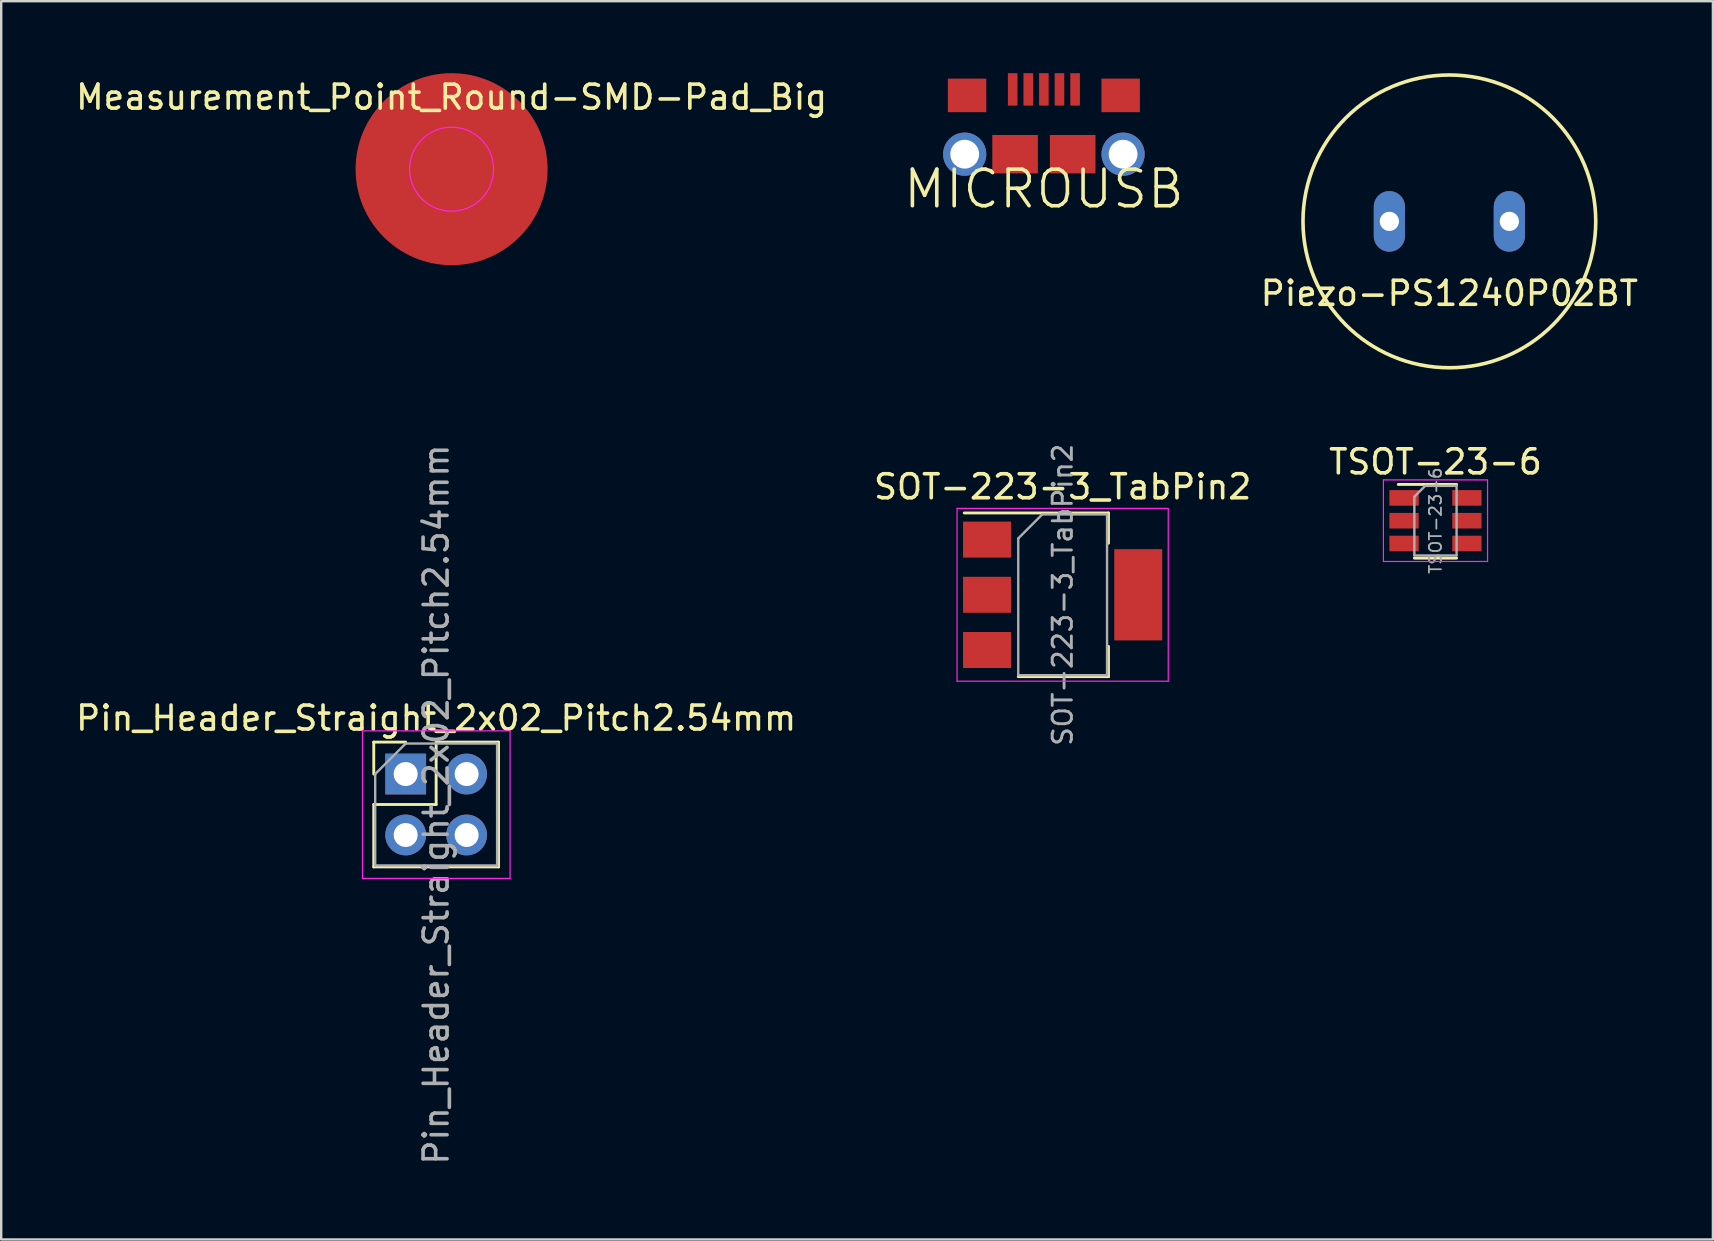
<source format=kicad_pcb>
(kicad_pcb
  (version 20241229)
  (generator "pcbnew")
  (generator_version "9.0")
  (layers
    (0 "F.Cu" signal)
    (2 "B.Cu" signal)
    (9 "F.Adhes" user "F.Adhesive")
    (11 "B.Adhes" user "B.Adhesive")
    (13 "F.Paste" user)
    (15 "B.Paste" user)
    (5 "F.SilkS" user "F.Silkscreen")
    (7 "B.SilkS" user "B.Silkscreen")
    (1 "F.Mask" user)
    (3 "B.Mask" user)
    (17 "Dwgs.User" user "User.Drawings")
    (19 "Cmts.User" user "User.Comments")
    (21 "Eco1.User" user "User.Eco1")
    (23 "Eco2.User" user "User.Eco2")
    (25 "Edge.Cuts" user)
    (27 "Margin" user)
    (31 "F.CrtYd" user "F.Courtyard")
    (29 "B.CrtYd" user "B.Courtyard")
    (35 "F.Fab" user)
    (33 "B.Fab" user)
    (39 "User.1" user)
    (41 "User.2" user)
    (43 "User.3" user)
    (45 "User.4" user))
  (footprint "Pin_Header_Straight_2x02_Pitch2.54mm"
    (layer "F.Cu")
    (at 13.855 29.205)
    (property "Reference" "Pin_Header_Straight_2x02_Pitch2.54mm" (at 1.27 -2.33 0) (layer "F.SilkS") (effects (font (size 1 1) (thickness 0.15))))
    (attr through_hole)
    (fp_line (start -1.33 -1.33) (end 0 -1.33) (stroke (width 0.12) (type solid)) (layer "F.SilkS"))
    (fp_line (start -1.33 0) (end -1.33 -1.33) (stroke (width 0.12) (type solid)) (layer "F.SilkS"))
    (fp_line (start -1.33 1.27) (end -1.33 3.87) (stroke (width 0.12) (type solid)) (layer "F.SilkS"))
    (fp_line (start -1.33 1.27) (end 1.27 1.27) (stroke (width 0.12) (type solid)) (layer "F.SilkS"))
    (fp_line (start -1.33 3.87) (end 3.87 3.87) (stroke (width 0.12) (type solid)) (layer "F.SilkS"))
    (fp_line (start 1.27 -1.33) (end 3.87 -1.33) (stroke (width 0.12) (type solid)) (layer "F.SilkS"))
    (fp_line (start 1.27 1.27) (end 1.27 -1.33) (stroke (width 0.12) (type solid)) (layer "F.SilkS"))
    (fp_line (start 3.87 -1.33) (end 3.87 3.87) (stroke (width 0.12) (type solid)) (layer "F.SilkS"))
    (fp_line (start -1.8 -1.8) (end -1.8 4.35) (stroke (width 0.05) (type solid)) (layer "F.CrtYd"))
    (fp_line (start -1.8 4.35) (end 4.35 4.35) (stroke (width 0.05) (type solid)) (layer "F.CrtYd"))
    (fp_line (start 4.35 -1.8) (end -1.8 -1.8) (stroke (width 0.05) (type solid)) (layer "F.CrtYd"))
    (fp_line (start 4.35 4.35) (end 4.35 -1.8) (stroke (width 0.05) (type solid)) (layer "F.CrtYd"))
    (fp_line (start -1.27 0) (end 0 -1.27) (stroke (width 0.1) (type solid)) (layer "F.Fab"))
    (fp_line (start -1.27 3.81) (end -1.27 0) (stroke (width 0.1) (type solid)) (layer "F.Fab"))
    (fp_line (start 0 -1.27) (end 3.81 -1.27) (stroke (width 0.1) (type solid)) (layer "F.Fab"))
    (fp_line (start 3.81 -1.27) (end 3.81 3.81) (stroke (width 0.1) (type solid)) (layer "F.Fab"))
    (fp_line (start 3.81 3.81) (end -1.27 3.81) (stroke (width 0.1) (type solid)) (layer "F.Fab"))
    (fp_text user "${REFERENCE}" (at 1.27 1.27 90) (layer "F.Fab") (effects (font (size 1 1) (thickness 0.15))))
    (pad "1" thru_hole rect (at 0 0) (size 1.7 1.7) (drill 1) (layers "*.Cu" "*.Mask"))
    (pad "2" thru_hole oval (at 2.54 0) (size 1.7 1.7) (drill 1) (layers "*.Cu" "*.Mask"))
    (pad "3" thru_hole oval (at 0 2.54) (size 1.7 1.7) (drill 1) (layers "*.Cu" "*.Mask"))
    (pad "4" thru_hole oval (at 2.54 2.54) (size 1.7 1.7) (drill 1) (layers "*.Cu" "*.Mask")))
  (footprint "MICROUSB"
    (layer "F.Cu")
    (at 40.45 4.825)
    (property "Reference" "MICROUSB" (at 0 0 0) (layer "F.SilkS") (effects (font (size 1.524 1.524) (thickness 0.15))))
    (attr through_hole)
    (pad "1" smd rect (at -1.3 -4.15) (size 0.4 1.35) (layers "F.Cu" "F.Mask" "F.Paste"))
    (pad "2" smd rect (at -0.65 -4.15) (size 0.4 1.35) (layers "F.Cu" "F.Mask" "F.Paste"))
    (pad "3" smd rect (at 0 -4.15) (size 0.4 1.35) (layers "F.Cu" "F.Mask" "F.Paste"))
    (pad "4" smd rect (at 0.65 -4.15) (size 0.4 1.35) (layers "F.Cu" "F.Mask" "F.Paste"))
    (pad "5" smd rect (at -3.2 -3.9) (size 1.6 1.4) (layers "F.Cu" "F.Mask" "F.Paste"))
    (pad "5" smd rect (at -1.2 -1.45) (size 1.9 1.6) (layers "F.Cu" "F.Mask" "F.Paste"))
    (pad "5" smd rect (at 1.2 -1.45) (size 1.9 1.6) (layers "F.Cu" "F.Mask" "F.Paste"))
    (pad "5" smd rect (at 1.3 -4.15) (size 0.4 1.35) (layers "F.Cu" "F.Mask" "F.Paste"))
    (pad "5" smd rect (at 3.2 -3.9) (size 1.6 1.4) (layers "F.Cu" "F.Mask" "F.Paste"))
    (pad "POST" thru_hole circle (at -3.3 -1.45) (size 1.8 1.8) (drill 1.2) (layers "*.Cu" "*.Mask"))
    (pad "POST" thru_hole circle (at 3.3 -1.45) (size 1.8 1.8) (drill 1.2) (layers "*.Cu" "*.Mask")))
  (footprint "Measurement_Point_Round-SMD-Pad_Big"
    (layer "F.Cu")
    (at 15.768 4)
    (property "Reference" "Measurement_Point_Round-SMD-Pad_Big" (at 0 -3 0) (layer "F.SilkS") (effects (font (size 1 1) (thickness 0.15))))
    (attr exclude_from_pos_files exclude_from_bom)
    (fp_circle (center 0 0) (end 1.75 0) (stroke (width 0.05) (type solid)) (fill no) (layer "F.CrtYd"))
    (pad "1" smd circle (at 0 0) (size 8 8) (layers "F.Cu")))
  (footprint "Piezo-PS1240P02BT"
    (layer "F.Cu")
    (at 57.347 6.175)
    (property "Reference" "Piezo-PS1240P02BT" (at 0 3 0) (layer "F.SilkS") (effects (font (size 1 1) (thickness 0.15))))
    (attr through_hole)
    (fp_circle (center 0 0) (end 6.1 0) (stroke (width 0.15) (type solid)) (fill no) (layer "F.SilkS"))
    (pad "1" thru_hole oval (at -2.5 0) (size 1.3 2.524) (drill 0.8) (layers "*.Cu" "*.Mask"))
    (pad "2" thru_hole oval (at 2.5 0) (size 1.3 2.524) (drill 0.8) (layers "*.Cu" "*.Mask")))
  (footprint "SOT-223-3_TabPin2"
    (layer "F.Cu")
    (at 41.232 21.736)
    (property "Reference" "SOT-223-3_TabPin2" (at 0 -4.5 0) (layer "F.SilkS") (effects (font (size 1 1) (thickness 0.15))))
    (attr smd)
    (fp_line (start -4.1 -3.41) (end 1.91 -3.41) (stroke (width 0.12) (type solid)) (layer "F.SilkS"))
    (fp_line (start -1.85 3.41) (end 1.91 3.41) (stroke (width 0.12) (type solid)) (layer "F.SilkS"))
    (fp_line (start 1.91 -3.41) (end 1.91 -2.15) (stroke (width 0.12) (type solid)) (layer "F.SilkS"))
    (fp_line (start 1.91 3.41) (end 1.91 2.15) (stroke (width 0.12) (type solid)) (layer "F.SilkS"))
    (fp_line (start -4.4 -3.6) (end -4.4 3.6) (stroke (width 0.05) (type solid)) (layer "F.CrtYd"))
    (fp_line (start -4.4 3.6) (end 4.4 3.6) (stroke (width 0.05) (type solid)) (layer "F.CrtYd"))
    (fp_line (start 4.4 -3.6) (end -4.4 -3.6) (stroke (width 0.05) (type solid)) (layer "F.CrtYd"))
    (fp_line (start 4.4 3.6) (end 4.4 -3.6) (stroke (width 0.05) (type solid)) (layer "F.CrtYd"))
    (fp_line (start -1.85 -2.35) (end -1.85 3.35) (stroke (width 0.1) (type solid)) (layer "F.Fab"))
    (fp_line (start -1.85 -2.35) (end -0.85 -3.35) (stroke (width 0.1) (type solid)) (layer "F.Fab"))
    (fp_line (start -1.85 3.35) (end 1.85 3.35) (stroke (width 0.1) (type solid)) (layer "F.Fab"))
    (fp_line (start -0.85 -3.35) (end 1.85 -3.35) (stroke (width 0.1) (type solid)) (layer "F.Fab"))
    (fp_line (start 1.85 -3.35) (end 1.85 3.35) (stroke (width 0.1) (type solid)) (layer "F.Fab"))
    (fp_text user "${REFERENCE}" (at 0 0 90) (layer "F.Fab") (effects (font (size 0.8 0.8) (thickness 0.12))))
    (pad "1" smd rect (at -3.15 -2.3) (size 2 1.5) (layers "F.Cu" "F.Mask" "F.Paste"))
    (pad "2" smd rect (at -3.15 0) (size 2 1.5) (layers "F.Cu" "F.Mask" "F.Paste"))
    (pad "2" smd rect (at 3.15 0) (size 2 3.8) (layers "F.Cu" "F.Mask" "F.Paste"))
    (pad "3" smd rect (at -3.15 2.3) (size 2 1.5) (layers "F.Cu" "F.Mask" "F.Paste")))
  (footprint "TSOT-23-6"
    (layer "F.Cu")
    (at 56.768 18.648)
    (property "Reference" "TSOT-23-6" (at 0 -2.45 0) (layer "F.SilkS") (effects (font (size 1 1) (thickness 0.15))))
    (attr smd)
    (fp_line (start -0.88 1.56) (end 0.88 1.56) (stroke (width 0.12) (type solid)) (layer "F.SilkS"))
    (fp_line (start 0.88 -1.51) (end -1.55 -1.51) (stroke (width 0.12) (type solid)) (layer "F.SilkS"))
    (fp_line (start -2.17 -1.7) (end -2.17 1.7) (stroke (width 0.05) (type solid)) (layer "F.CrtYd"))
    (fp_line (start -2.17 -1.7) (end 2.17 -1.7) (stroke (width 0.05) (type solid)) (layer "F.CrtYd"))
    (fp_line (start 2.17 1.7) (end -2.17 1.7) (stroke (width 0.05) (type solid)) (layer "F.CrtYd"))
    (fp_line (start 2.17 1.7) (end 2.17 -1.7) (stroke (width 0.05) (type solid)) (layer "F.CrtYd"))
    (fp_line (start -0.88 -1) (end -0.88 1.45) (stroke (width 0.1) (type solid)) (layer "F.Fab"))
    (fp_line (start -0.88 -1) (end -0.43 -1.45) (stroke (width 0.1) (type solid)) (layer "F.Fab"))
    (fp_line (start 0.88 -1.45) (end -0.43 -1.45) (stroke (width 0.1) (type solid)) (layer "F.Fab"))
    (fp_line (start 0.88 -1.45) (end 0.88 1.45) (stroke (width 0.1) (type solid)) (layer "F.Fab"))
    (fp_line (start 0.88 1.45) (end -0.88 1.45) (stroke (width 0.1) (type solid)) (layer "F.Fab"))
    (fp_text user "${REFERENCE}" (at 0 0 90) (layer "F.Fab") (effects (font (size 0.5 0.5) (thickness 0.075))))
    (pad "1" smd rect (at -1.31 -0.95) (size 1.22 0.65) (layers "F.Cu" "F.Mask" "F.Paste"))
    (pad "2" smd rect (at -1.31 0) (size 1.22 0.65) (layers "F.Cu" "F.Mask" "F.Paste"))
    (pad "3" smd rect (at -1.31 0.95) (size 1.22 0.65) (layers "F.Cu" "F.Mask" "F.Paste"))
    (pad "4" smd rect (at 1.31 0.95) (size 1.22 0.65) (layers "F.Cu" "F.Mask" "F.Paste"))
    (pad "5" smd rect (at 1.31 0) (size 1.22 0.65) (layers "F.Cu" "F.Mask" "F.Paste"))
    (pad "6" smd rect (at 1.31 -0.95) (size 1.22 0.65) (layers "F.Cu" "F.Mask" "F.Paste")))
  (gr_rect
    (start -3 -3)
    (end 68.329 48.6)
    (stroke (width 0.1) (type default))
    (fill no)
    (layer "Edge.Cuts")))
</source>
